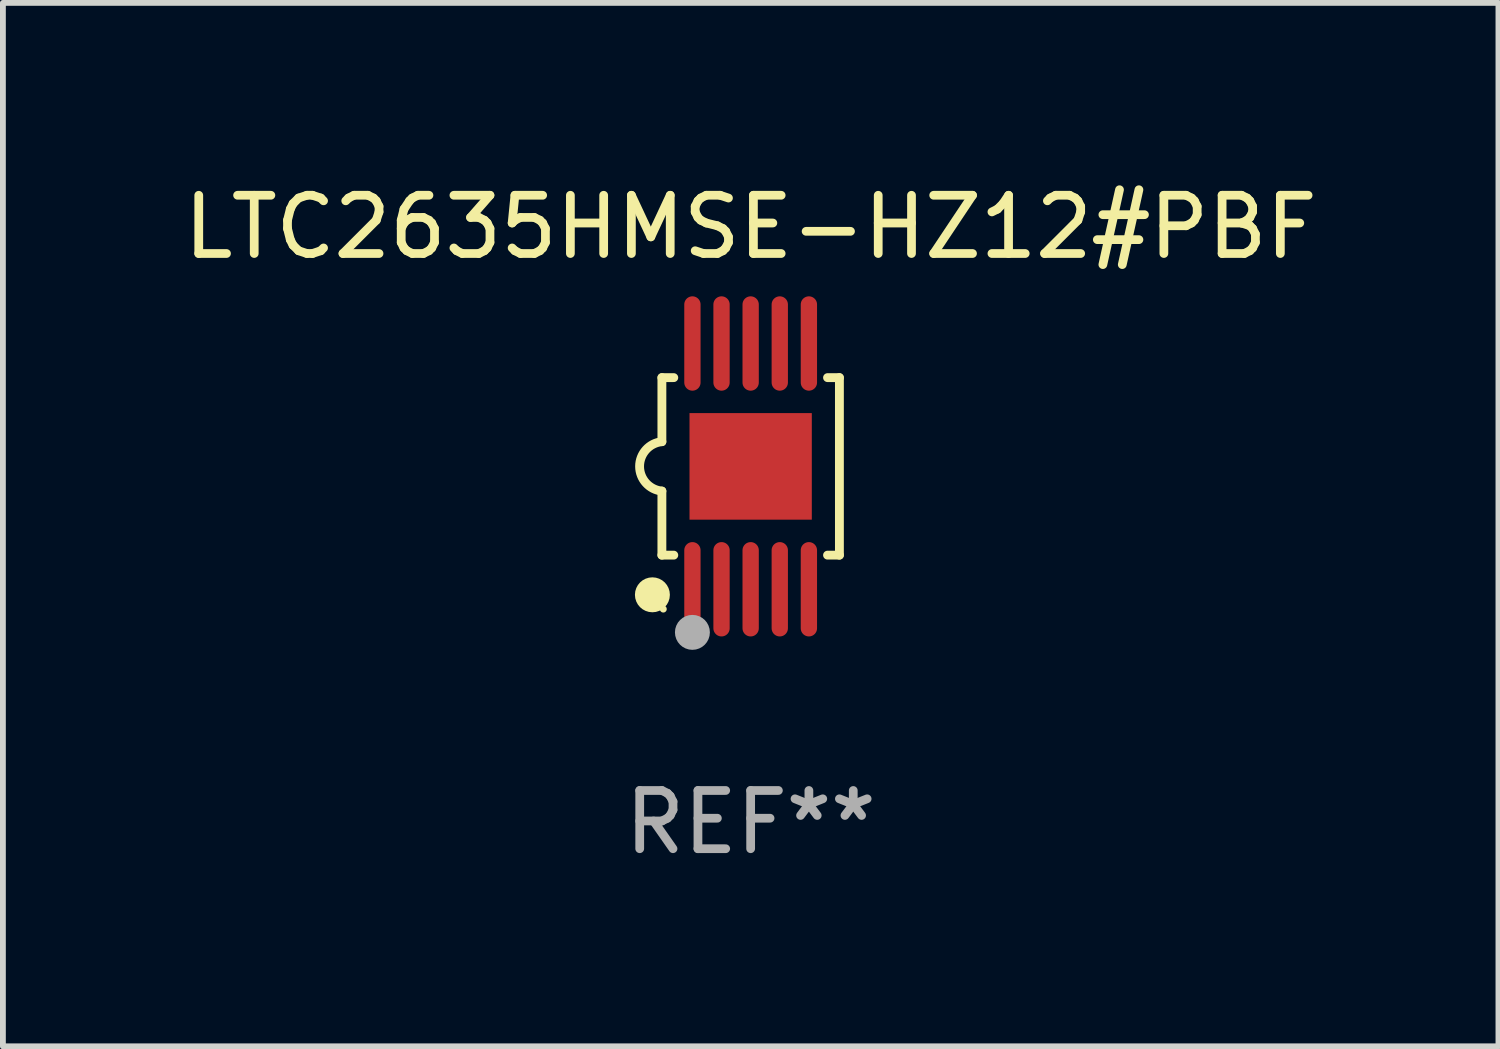
<source format=kicad_pcb>
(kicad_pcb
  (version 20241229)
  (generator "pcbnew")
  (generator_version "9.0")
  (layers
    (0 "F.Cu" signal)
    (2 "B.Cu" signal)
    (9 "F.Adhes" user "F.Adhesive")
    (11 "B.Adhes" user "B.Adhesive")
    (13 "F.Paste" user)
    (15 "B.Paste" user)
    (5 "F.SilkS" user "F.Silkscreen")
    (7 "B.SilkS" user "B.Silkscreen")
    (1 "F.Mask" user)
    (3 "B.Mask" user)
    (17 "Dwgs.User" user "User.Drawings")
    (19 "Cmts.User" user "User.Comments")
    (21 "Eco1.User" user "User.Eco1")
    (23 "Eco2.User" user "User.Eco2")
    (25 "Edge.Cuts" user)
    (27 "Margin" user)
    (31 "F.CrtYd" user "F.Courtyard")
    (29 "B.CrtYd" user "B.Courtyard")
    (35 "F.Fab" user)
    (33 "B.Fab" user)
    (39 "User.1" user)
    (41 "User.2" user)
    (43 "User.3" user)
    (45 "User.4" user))
  (footprint "LTC2635HMSE-HZ12#PBF"
    (layer "F.Cu")
    (at 9.839 4.958)
    (property "Reference" "LTC2635HMSE-HZ12#PBF" (at 0 -4.11 0) (layer "F.SilkS") (effects (font (size 1 1) (thickness 0.15))))
    (attr through_hole)
    (fp_line (start -1.524 -1.524) (end -1.524 -0.424) (stroke (width 0.152) (type solid)) (layer "F.SilkS"))
    (fp_line (start -1.524 1.524) (end -1.524 0.424) (stroke (width 0.152) (type solid)) (layer "F.SilkS"))
    (fp_line (start -1.524 1.524) (end -1.32 1.524) (stroke (width 0.152) (type solid)) (layer "F.SilkS"))
    (fp_line (start -1.32 -1.524) (end -1.524 -1.524) (stroke (width 0.152) (type solid)) (layer "F.SilkS"))
    (fp_line (start 1.32 1.524) (end 1.524 1.524) (stroke (width 0.152) (type solid)) (layer "F.SilkS"))
    (fp_line (start 1.524 -1.524) (end 1.32 -1.524) (stroke (width 0.152) (type solid)) (layer "F.SilkS"))
    (fp_line (start 1.524 1.524) (end 1.524 -1.524) (stroke (width 0.152) (type solid)) (layer "F.SilkS"))
    (fp_arc (start -1.524003 0.424003) (mid -1.906663 -0.000089) (end -1.524004 -0.424181) (stroke (width 0.151994) (type solid)) (layer "F.SilkS"))
    (fp_circle (center -1.687 2.205) (end -1.537 2.205) (stroke (width 0.3) (type solid)) (fill no) (layer "F.SilkS"))
    (fp_circle (center -1.5 2.45) (end -1.47 2.45) (stroke (width 0.06) (type solid)) (fill no) (layer "F.SilkS"))
    (fp_circle (center -1 2.85) (end -0.85 2.85) (stroke (width 0.3) (type solid)) (fill no) (layer "F.Fab"))
    (fp_text user "REF**" (at 0 6.11 0) (layer "F.Fab") (effects (font (size 1 1) (thickness 0.15))))
    (pad "1" smd oval (at -1 2.11) (size 0.28 1.62) (layers "F.Cu" "F.Mask" "F.Paste"))
    (pad "2" smd oval (at -0.5 2.11) (size 0.28 1.62) (layers "F.Cu" "F.Mask" "F.Paste"))
    (pad "3" smd oval (at 0 2.11) (size 0.28 1.62) (layers "F.Cu" "F.Mask" "F.Paste"))
    (pad "4" smd oval (at 0.5 2.11) (size 0.28 1.62) (layers "F.Cu" "F.Mask" "F.Paste"))
    (pad "5" smd oval (at 1 2.11) (size 0.28 1.62) (layers "F.Cu" "F.Mask" "F.Paste"))
    (pad "6" smd oval (at 1 -2.11) (size 0.28 1.62) (layers "F.Cu" "F.Mask" "F.Paste"))
    (pad "7" smd oval (at 0.5 -2.11) (size 0.28 1.62) (layers "F.Cu" "F.Mask" "F.Paste"))
    (pad "8" smd oval (at 0 -2.11) (size 0.28 1.62) (layers "F.Cu" "F.Mask" "F.Paste"))
    (pad "9" smd oval (at -0.5 -2.11) (size 0.28 1.62) (layers "F.Cu" "F.Mask" "F.Paste"))
    (pad "10" smd oval (at -1 -2.11) (size 0.28 1.62) (layers "F.Cu" "F.Mask" "F.Paste"))
    (pad "11" smd rect (at 0 0) (size 2.1 1.83) (layers "F.Cu" "F.Mask" "F.Paste")))
  (gr_rect
    (start -3 -3)
    (end 22.679 14.916)
    (stroke (width 0.1) (type default))
    (fill no)
    (layer "Edge.Cuts")))
</source>
